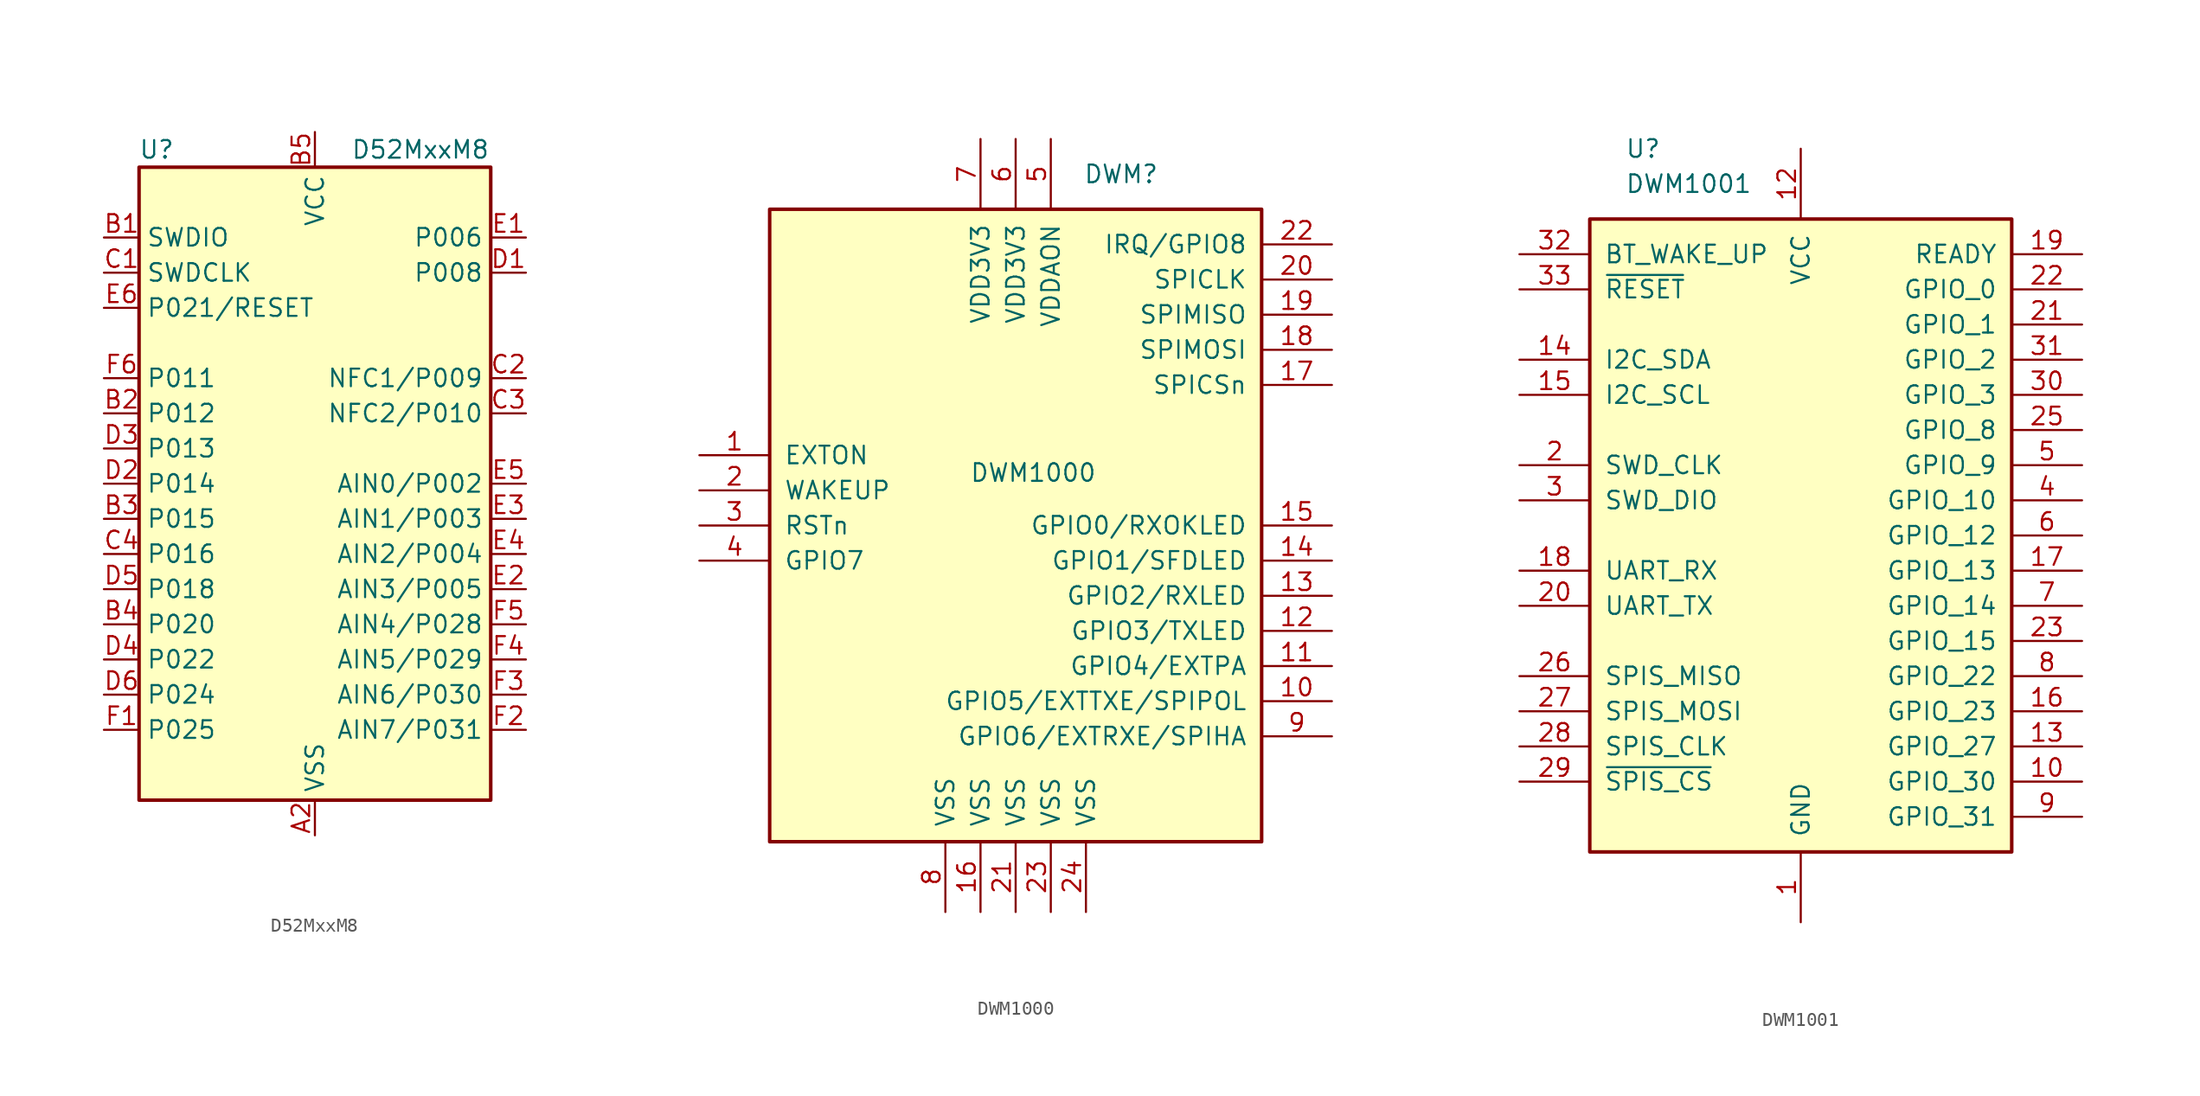
<source format=kicad_sym>
(kicad_symbol_lib
  (version 20201005)
  (generator kicad_symbol_editor)
  (symbol "D52MxxM8"
    (property "Reference" "U"
      (at -11.43 24.13 0)
      (effects (font (size 1.27 1.27))))
    (property "Value" "D52MxxM8"
      (at 7.62 24.13 0)
      (effects (font (size 1.27 1.27))))
    (symbol "D52MxxM8_0_1"
      (rectangle (start -12.7 22.86) (end 12.7 -22.86) (stroke (width 0.254)) (fill (type background))))
    (symbol "D52MxxM8_1_1"
      (pin power_in line (at 0 -25.4 90) (length 2.54) (name "VSS" (effects (font (size 1.27 1.27)))) (number "A2" (effects (font (size 1.27 1.27)))))
      (pin passive line (at 0 -25.4 90) (length 2.54) hide (name "VSS" (effects (font (size 1.27 1.27)))) (number "A3" (effects (font (size 1.27 1.27)))))
      (pin passive line (at 0 -25.4 90) (length 2.54) hide (name "VSS" (effects (font (size 1.27 1.27)))) (number "A4" (effects (font (size 1.27 1.27)))))
      (pin passive line (at 0 -25.4 90) (length 2.54) hide (name "VSS" (effects (font (size 1.27 1.27)))) (number "A5" (effects (font (size 1.27 1.27)))))
      (pin passive line (at 0 -25.4 90) (length 2.54) hide (name "VSS" (effects (font (size 1.27 1.27)))) (number "A6" (effects (font (size 1.27 1.27)))))
      (pin bidirectional line (at -15.24 17.78 0) (length 2.54) (name "SWDIO" (effects (font (size 1.27 1.27)))) (number "B1" (effects (font (size 1.27 1.27)))))
      (pin bidirectional line (at -15.24 5.08 0) (length 2.54) (name "P012" (effects (font (size 1.27 1.27)))) (number "B2" (effects (font (size 1.27 1.27)))))
      (pin bidirectional line (at -15.24 -2.54 0) (length 2.54) (name "P015" (effects (font (size 1.27 1.27)))) (number "B3" (effects (font (size 1.27 1.27)))))
      (pin bidirectional line (at -15.24 -10.16 0) (length 2.54) (name "P020" (effects (font (size 1.27 1.27)))) (number "B4" (effects (font (size 1.27 1.27)))))
      (pin power_in line (at 0 25.4 270) (length 2.54) (name "VCC" (effects (font (size 1.27 1.27)))) (number "B5" (effects (font (size 1.27 1.27)))))
      (pin passive line (at 0 25.4 270) (length 2.54) hide (name "VCC" (effects (font (size 1.27 1.27)))) (number "B6" (effects (font (size 1.27 1.27)))))
      (pin input line (at -15.24 15.24 0) (length 2.54) (name "SWDCLK" (effects (font (size 1.27 1.27)))) (number "C1" (effects (font (size 1.27 1.27)))))
      (pin bidirectional line (at 15.24 7.62 180) (length 2.54) (name "NFC1/P009" (effects (font (size 1.27 1.27)))) (number "C2" (effects (font (size 1.27 1.27)))))
      (pin bidirectional line (at 15.24 5.08 180) (length 2.54) (name "NFC2/P010" (effects (font (size 1.27 1.27)))) (number "C3" (effects (font (size 1.27 1.27)))))
      (pin bidirectional line (at -15.24 -5.08 0) (length 2.54) (name "P016" (effects (font (size 1.27 1.27)))) (number "C4" (effects (font (size 1.27 1.27)))))
      (pin passive line (at 0 25.4 270) (length 2.54) hide (name "VCC" (effects (font (size 1.27 1.27)))) (number "C5" (effects (font (size 1.27 1.27)))))
      (pin passive line (at 0 25.4 270) (length 2.54) hide (name "VCC" (effects (font (size 1.27 1.27)))) (number "C6" (effects (font (size 1.27 1.27)))))
      (pin bidirectional line (at 15.24 15.24 180) (length 2.54) (name "P008" (effects (font (size 1.27 1.27)))) (number "D1" (effects (font (size 1.27 1.27)))))
      (pin bidirectional line (at -15.24 0 0) (length 2.54) (name "P014" (effects (font (size 1.27 1.27)))) (number "D2" (effects (font (size 1.27 1.27)))))
      (pin bidirectional line (at -15.24 2.54 0) (length 2.54) (name "P013" (effects (font (size 1.27 1.27)))) (number "D3" (effects (font (size 1.27 1.27)))))
      (pin bidirectional line (at -15.24 -12.7 0) (length 2.54) (name "P022" (effects (font (size 1.27 1.27)))) (number "D4" (effects (font (size 1.27 1.27)))))
      (pin bidirectional line (at -15.24 -7.62 0) (length 2.54) (name "P018" (effects (font (size 1.27 1.27)))) (number "D5" (effects (font (size 1.27 1.27)))))
      (pin bidirectional line (at -15.24 -15.24 0) (length 2.54) (name "P024" (effects (font (size 1.27 1.27)))) (number "D6" (effects (font (size 1.27 1.27)))))
      (pin bidirectional line (at 15.24 17.78 180) (length 2.54) (name "P006" (effects (font (size 1.27 1.27)))) (number "E1" (effects (font (size 1.27 1.27)))))
      (pin bidirectional line (at 15.24 -7.62 180) (length 2.54) (name "AIN3/P005" (effects (font (size 1.27 1.27)))) (number "E2" (effects (font (size 1.27 1.27)))))
      (pin bidirectional line (at 15.24 -2.54 180) (length 2.54) (name "AIN1/P003" (effects (font (size 1.27 1.27)))) (number "E3" (effects (font (size 1.27 1.27)))))
      (pin bidirectional line (at 15.24 -5.08 180) (length 2.54) (name "AIN2/P004" (effects (font (size 1.27 1.27)))) (number "E4" (effects (font (size 1.27 1.27)))))
      (pin bidirectional line (at 15.24 0 180) (length 2.54) (name "AIN0/P002" (effects (font (size 1.27 1.27)))) (number "E5" (effects (font (size 1.27 1.27)))))
      (pin bidirectional line (at -15.24 12.7 0) (length 2.54) (name "P021/RESET" (effects (font (size 1.27 1.27)))) (number "E6" (effects (font (size 1.27 1.27)))))
      (pin bidirectional line (at -15.24 -17.78 0) (length 2.54) (name "P025" (effects (font (size 1.27 1.27)))) (number "F1" (effects (font (size 1.27 1.27)))))
      (pin bidirectional line (at 15.24 -17.78 180) (length 2.54) (name "AIN7/P031" (effects (font (size 1.27 1.27)))) (number "F2" (effects (font (size 1.27 1.27)))))
      (pin bidirectional line (at 15.24 -15.24 180) (length 2.54) (name "AIN6/P030" (effects (font (size 1.27 1.27)))) (number "F3" (effects (font (size 1.27 1.27)))))
      (pin bidirectional line (at 15.24 -12.7 180) (length 2.54) (name "AIN5/P029" (effects (font (size 1.27 1.27)))) (number "F4" (effects (font (size 1.27 1.27)))))
      (pin bidirectional line (at 15.24 -10.16 180) (length 2.54) (name "AIN4/P028" (effects (font (size 1.27 1.27)))) (number "F5" (effects (font (size 1.27 1.27)))))
      (pin bidirectional line (at -15.24 7.62 0) (length 2.54) (name "P011" (effects (font (size 1.27 1.27)))) (number "F6" (effects (font (size 1.27 1.27)))))))
  (symbol "DWM1000"
    (pin_names
      (offset 1.016))
    (property "Reference" "DWM"
      (at 7.62 25.4 0)
      (effects (font (size 1.27 1.27))))
    (property "Value" "DWM1000"
      (at 1.27 3.81 0)
      (effects (font (size 1.27 1.27))))
    (symbol "DWM1000_0_1"
      (rectangle (start 17.78 22.86) (end -17.78 -22.86) (stroke (width 0.254)) (fill (type background))))
    (symbol "DWM1000_1_1"
      (pin input line (at -22.86 5.08 0) (length 5.08) (name "EXTON" (effects (font (size 1.27 1.27)))) (number "1" (effects (font (size 1.27 1.27)))))
      (pin input line (at 22.86 -12.7 180) (length 5.08) (name "GPIO5/EXTTXE/SPIPOL" (effects (font (size 1.27 1.27)))) (number "10" (effects (font (size 1.27 1.27)))))
      (pin input line (at 22.86 -10.16 180) (length 5.08) (name "GPIO4/EXTPA" (effects (font (size 1.27 1.27)))) (number "11" (effects (font (size 1.27 1.27)))))
      (pin input line (at 22.86 -7.62 180) (length 5.08) (name "GPIO3/TXLED" (effects (font (size 1.27 1.27)))) (number "12" (effects (font (size 1.27 1.27)))))
      (pin input line (at 22.86 -5.08 180) (length 5.08) (name "GPIO2/RXLED" (effects (font (size 1.27 1.27)))) (number "13" (effects (font (size 1.27 1.27)))))
      (pin input line (at 22.86 -2.54 180) (length 5.08) (name "GPIO1/SFDLED" (effects (font (size 1.27 1.27)))) (number "14" (effects (font (size 1.27 1.27)))))
      (pin input line (at 22.86 0 180) (length 5.08) (name "GPIO0/RXOKLED" (effects (font (size 1.27 1.27)))) (number "15" (effects (font (size 1.27 1.27)))))
      (pin power_out line (at -2.54 -27.94 90) (length 5.08) (name "VSS" (effects (font (size 1.27 1.27)))) (number "16" (effects (font (size 1.27 1.27)))))
      (pin input line (at 22.86 10.16 180) (length 5.08) (name "SPICSn" (effects (font (size 1.27 1.27)))) (number "17" (effects (font (size 1.27 1.27)))))
      (pin input line (at 22.86 12.7 180) (length 5.08) (name "SPIMOSI" (effects (font (size 1.27 1.27)))) (number "18" (effects (font (size 1.27 1.27)))))
      (pin input line (at 22.86 15.24 180) (length 5.08) (name "SPIMISO" (effects (font (size 1.27 1.27)))) (number "19" (effects (font (size 1.27 1.27)))))
      (pin input line (at -22.86 2.54 0) (length 5.08) (name "WAKEUP" (effects (font (size 1.27 1.27)))) (number "2" (effects (font (size 1.27 1.27)))))
      (pin input line (at 22.86 17.78 180) (length 5.08) (name "SPICLK" (effects (font (size 1.27 1.27)))) (number "20" (effects (font (size 1.27 1.27)))))
      (pin power_out line (at 0 -27.94 90) (length 5.08) (name "VSS" (effects (font (size 1.27 1.27)))) (number "21" (effects (font (size 1.27 1.27)))))
      (pin input line (at 22.86 20.32 180) (length 5.08) (name "IRQ/GPIO8" (effects (font (size 1.27 1.27)))) (number "22" (effects (font (size 1.27 1.27)))))
      (pin power_out line (at 2.54 -27.94 90) (length 5.08) (name "VSS" (effects (font (size 1.27 1.27)))) (number "23" (effects (font (size 1.27 1.27)))))
      (pin power_out line (at 5.08 -27.94 90) (length 5.08) (name "VSS" (effects (font (size 1.27 1.27)))) (number "24" (effects (font (size 1.27 1.27)))))
      (pin input line (at -22.86 0 0) (length 5.08) (name "RSTn" (effects (font (size 1.27 1.27)))) (number "3" (effects (font (size 1.27 1.27)))))
      (pin input line (at -22.86 -2.54 0) (length 5.08) (name "GPIO7" (effects (font (size 1.27 1.27)))) (number "4" (effects (font (size 1.27 1.27)))))
      (pin power_in line (at 2.54 27.94 270) (length 5.08) (name "VDDAON" (effects (font (size 1.27 1.27)))) (number "5" (effects (font (size 1.27 1.27)))))
      (pin power_in line (at 0 27.94 270) (length 5.08) (name "VDD3V3" (effects (font (size 1.27 1.27)))) (number "6" (effects (font (size 1.27 1.27)))))
      (pin power_in line (at -2.54 27.94 270) (length 5.08) (name "VDD3V3" (effects (font (size 1.27 1.27)))) (number "7" (effects (font (size 1.27 1.27)))))
      (pin power_out line (at -5.08 -27.94 90) (length 5.08) (name "VSS" (effects (font (size 1.27 1.27)))) (number "8" (effects (font (size 1.27 1.27)))))
      (pin input line (at 22.86 -15.24 180) (length 5.08) (name "GPIO6/EXTRXE/SPIHA" (effects (font (size 1.27 1.27)))) (number "9" (effects (font (size 1.27 1.27)))))))
  (symbol "DWM1001"
    (pin_names
      (offset 1.016))
    (property "Reference" "U"
      (at -12.7 27.94 0)
      (effects (font (size 1.27 1.27)) (justify left)))
    (property "Value" "DWM1001"
      (at -12.7 25.4 0)
      (effects (font (size 1.27 1.27)) (justify left)))
    (symbol "DWM1001_0_1"
      (rectangle (start 15.24 22.86) (end -15.24 -22.86) (stroke (width 0.254)) (fill (type background))))
    (symbol "DWM1001_1_1"
      (pin power_out line (at 0 -27.94 90) (length 5.08) (name "GND" (effects (font (size 1.27 1.27)))) (number "1" (effects (font (size 1.27 1.27)))))
      (pin bidirectional line (at 20.32 -17.78 180) (length 5.08) (name "GPIO_30" (effects (font (size 1.27 1.27)))) (number "10" (effects (font (size 1.27 1.27)))))
      (pin passive line (at 0 -27.94 90) (length 5.08) hide (name "GND" (effects (font (size 1.27 1.27)))) (number "11" (effects (font (size 1.27 1.27)))))
      (pin power_in line (at 0 27.94 270) (length 5.08) (name "VCC" (effects (font (size 1.27 1.27)))) (number "12" (effects (font (size 1.27 1.27)))))
      (pin bidirectional line (at 20.32 -15.24 180) (length 5.08) (name "GPIO_27" (effects (font (size 1.27 1.27)))) (number "13" (effects (font (size 1.27 1.27)))))
      (pin bidirectional line (at -20.32 12.7 0) (length 5.08) (name "I2C_SDA" (effects (font (size 1.27 1.27)))) (number "14" (effects (font (size 1.27 1.27)))))
      (pin output line (at -20.32 10.16 0) (length 5.08) (name "I2C_SCL" (effects (font (size 1.27 1.27)))) (number "15" (effects (font (size 1.27 1.27)))))
      (pin power_out line (at 20.32 -12.7 180) (length 5.08) (name "GPIO_23" (effects (font (size 1.27 1.27)))) (number "16" (effects (font (size 1.27 1.27)))))
      (pin bidirectional line (at 20.32 -2.54 180) (length 5.08) (name "GPIO_13" (effects (font (size 1.27 1.27)))) (number "17" (effects (font (size 1.27 1.27)))))
      (pin input line (at -20.32 -2.54 0) (length 5.08) (name "UART_RX" (effects (font (size 1.27 1.27)))) (number "18" (effects (font (size 1.27 1.27)))))
      (pin output line (at 20.32 20.32 180) (length 5.08) (name "READY" (effects (font (size 1.27 1.27)))) (number "19" (effects (font (size 1.27 1.27)))))
      (pin input line (at -20.32 5.08 0) (length 5.08) (name "SWD_CLK" (effects (font (size 1.27 1.27)))) (number "2" (effects (font (size 1.27 1.27)))))
      (pin output line (at -20.32 -5.08 0) (length 5.08) (name "UART_TX" (effects (font (size 1.27 1.27)))) (number "20" (effects (font (size 1.27 1.27)))))
      (pin bidirectional line (at 20.32 15.24 180) (length 5.08) (name "GPIO_1" (effects (font (size 1.27 1.27)))) (number "21" (effects (font (size 1.27 1.27)))))
      (pin bidirectional line (at 20.32 17.78 180) (length 5.08) (name "GPIO_0" (effects (font (size 1.27 1.27)))) (number "22" (effects (font (size 1.27 1.27)))))
      (pin bidirectional line (at 20.32 -7.62 180) (length 5.08) (name "GPIO_15" (effects (font (size 1.27 1.27)))) (number "23" (effects (font (size 1.27 1.27)))))
      (pin passive line (at 0 -27.94 90) (length 5.08) hide (name "GND" (effects (font (size 1.27 1.27)))) (number "24" (effects (font (size 1.27 1.27)))))
      (pin bidirectional line (at 20.32 7.62 180) (length 5.08) (name "GPIO_8" (effects (font (size 1.27 1.27)))) (number "25" (effects (font (size 1.27 1.27)))))
      (pin output line (at -20.32 -10.16 0) (length 5.08) (name "SPIS_MISO" (effects (font (size 1.27 1.27)))) (number "26" (effects (font (size 1.27 1.27)))))
      (pin tri_state line (at -20.32 -12.7 0) (length 5.08) (name "SPIS_MOSI" (effects (font (size 1.27 1.27)))) (number "27" (effects (font (size 1.27 1.27)))))
      (pin input line (at -20.32 -15.24 0) (length 5.08) (name "SPIS_CLK" (effects (font (size 1.27 1.27)))) (number "28" (effects (font (size 1.27 1.27)))))
      (pin input line (at -20.32 -17.78 0) (length 5.08) (name "~SPIS_CS" (effects (font (size 1.27 1.27)))) (number "29" (effects (font (size 1.27 1.27)))))
      (pin bidirectional line (at -20.32 2.54 0) (length 5.08) (name "SWD_DIO" (effects (font (size 1.27 1.27)))) (number "3" (effects (font (size 1.27 1.27)))))
      (pin bidirectional line (at 20.32 10.16 180) (length 5.08) (name "GPIO_3" (effects (font (size 1.27 1.27)))) (number "30" (effects (font (size 1.27 1.27)))))
      (pin bidirectional line (at 20.32 12.7 180) (length 5.08) (name "GPIO_2" (effects (font (size 1.27 1.27)))) (number "31" (effects (font (size 1.27 1.27)))))
      (pin input line (at -20.32 20.32 0) (length 5.08) (name "BT_WAKE_UP" (effects (font (size 1.27 1.27)))) (number "32" (effects (font (size 1.27 1.27)))))
      (pin input line (at -20.32 17.78 0) (length 5.08) (name "~RESET" (effects (font (size 1.27 1.27)))) (number "33" (effects (font (size 1.27 1.27)))))
      (pin passive line (at 0 -27.94 90) (length 5.08) hide (name "GND" (effects (font (size 1.27 1.27)))) (number "34" (effects (font (size 1.27 1.27)))))
      (pin bidirectional line (at 20.32 2.54 180) (length 5.08) (name "GPIO_10" (effects (font (size 1.27 1.27)))) (number "4" (effects (font (size 1.27 1.27)))))
      (pin bidirectional line (at 20.32 5.08 180) (length 5.08) (name "GPIO_9" (effects (font (size 1.27 1.27)))) (number "5" (effects (font (size 1.27 1.27)))))
      (pin bidirectional line (at 20.32 0 180) (length 5.08) (name "GPIO_12" (effects (font (size 1.27 1.27)))) (number "6" (effects (font (size 1.27 1.27)))))
      (pin bidirectional line (at 20.32 -5.08 180) (length 5.08) (name "GPIO_14" (effects (font (size 1.27 1.27)))) (number "7" (effects (font (size 1.27 1.27)))))
      (pin bidirectional line (at 20.32 -10.16 180) (length 5.08) (name "GPIO_22" (effects (font (size 1.27 1.27)))) (number "8" (effects (font (size 1.27 1.27)))))
      (pin bidirectional line (at 20.32 -20.32 180) (length 5.08) (name "GPIO_31" (effects (font (size 1.27 1.27)))) (number "9" (effects (font (size 1.27 1.27))))))))
</source>
